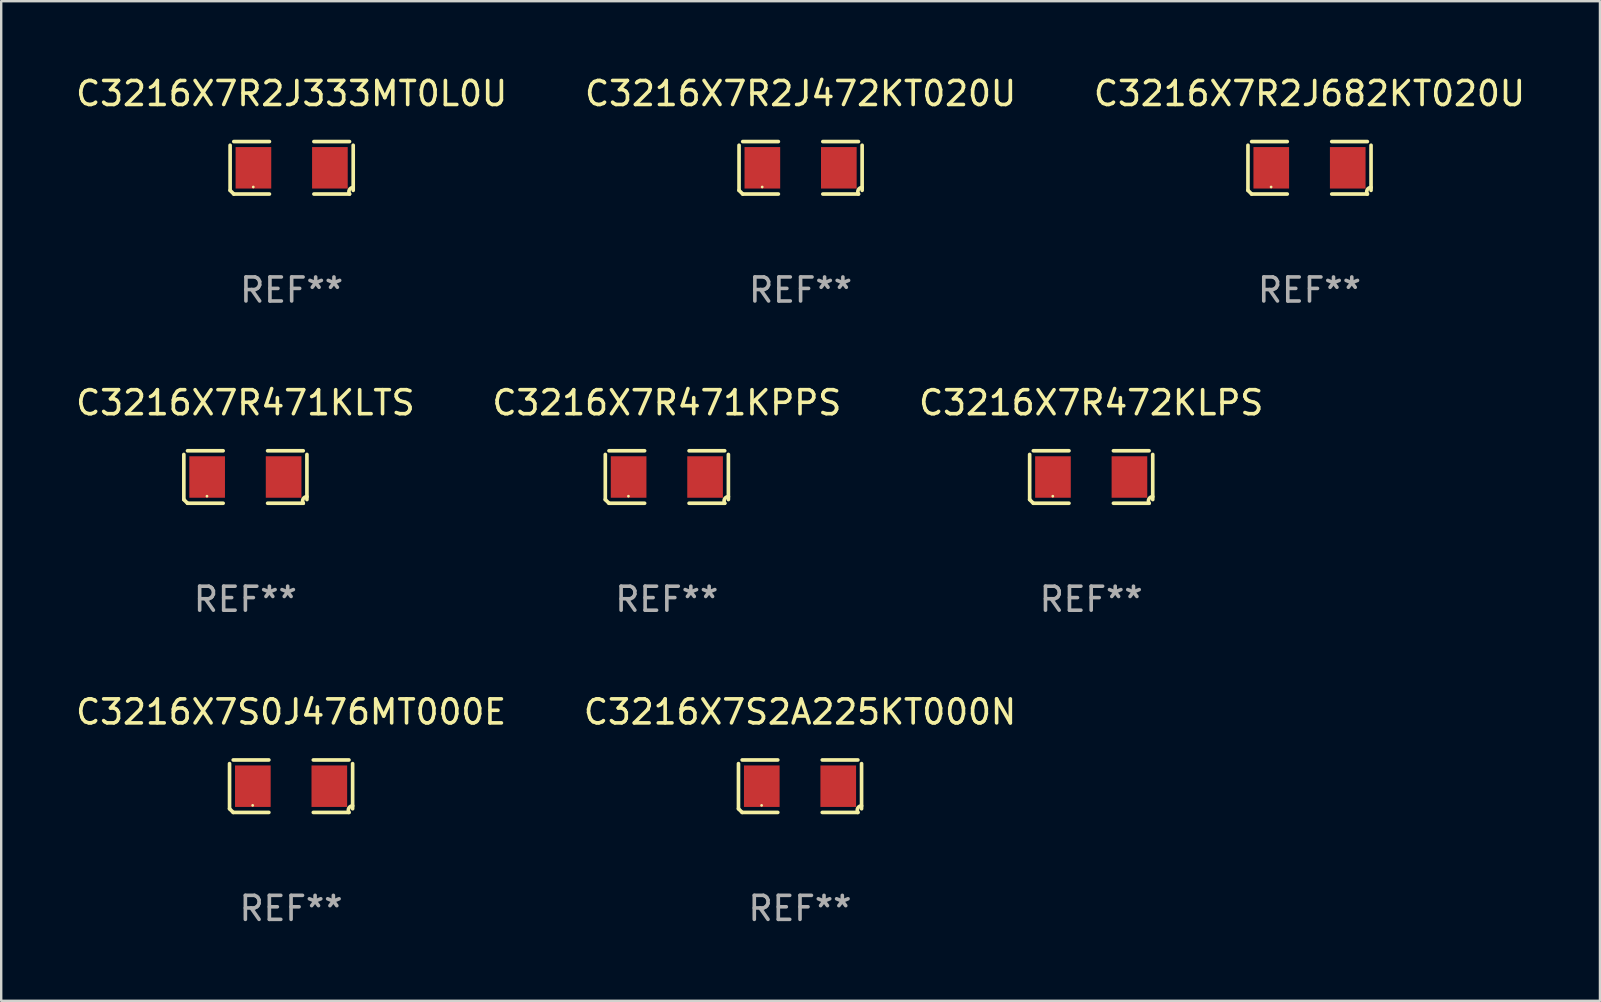
<source format=kicad_pcb>
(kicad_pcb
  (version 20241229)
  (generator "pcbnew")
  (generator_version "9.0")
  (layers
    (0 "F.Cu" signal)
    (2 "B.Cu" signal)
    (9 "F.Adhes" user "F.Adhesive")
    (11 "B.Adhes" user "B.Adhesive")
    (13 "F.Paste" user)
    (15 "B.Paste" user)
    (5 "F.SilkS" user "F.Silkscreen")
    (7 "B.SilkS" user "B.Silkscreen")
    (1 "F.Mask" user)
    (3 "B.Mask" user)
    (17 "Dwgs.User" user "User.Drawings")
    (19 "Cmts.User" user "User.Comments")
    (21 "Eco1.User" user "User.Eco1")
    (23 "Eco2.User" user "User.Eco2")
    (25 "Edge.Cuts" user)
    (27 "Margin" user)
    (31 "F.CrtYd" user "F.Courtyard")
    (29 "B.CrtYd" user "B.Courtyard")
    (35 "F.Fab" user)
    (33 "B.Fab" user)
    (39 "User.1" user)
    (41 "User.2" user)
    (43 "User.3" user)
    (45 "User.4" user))
  (footprint "C3216X7R471KPPS"
    (layer "F.Cu")
    (at 24.732 16.823)
    (property "Reference" "C3216X7R471KPPS" (at 0 -3.093 0) (layer "F.SilkS") (effects (font (size 1 1) (thickness 0.15))))
    (attr through_hole)
    (fp_line (start -2.564 0.94) (end -2.564 -0.94) (stroke (width 0.152) (type solid)) (layer "F.SilkS"))
    (fp_line (start -2.411 -1.093) (end -0.926 -1.093) (stroke (width 0.152) (type solid)) (layer "F.SilkS"))
    (fp_line (start -0.926 1.093) (end -2.411 1.093) (stroke (width 0.152) (type solid)) (layer "F.SilkS"))
    (fp_line (start 0.926 1.093) (end 2.411 1.093) (stroke (width 0.152) (type solid)) (layer "F.SilkS"))
    (fp_line (start 2.411 -1.093) (end 0.926 -1.093) (stroke (width 0.152) (type solid)) (layer "F.SilkS"))
    (fp_line (start 2.564 0.94) (end 2.564 -0.94) (stroke (width 0.152) (type solid)) (layer "F.SilkS"))
    (fp_arc (start -2.411201 1.092609) (mid -2.487413 1.01642) (end -2.563602 0.940208) (stroke (width 0.1524) (type solid)) (layer "F.SilkS"))
    (fp_arc (start 2.411201 1.092609) (mid 2.407159 0.911226) (end 2.563602 0.819347) (stroke (width 0.1524) (type solid)) (layer "F.SilkS"))
    (fp_circle (center -1.6 0.8) (end -1.57 0.8) (stroke (width 0.06) (type solid)) (fill no) (layer "F.SilkS"))
    (fp_text user "REF**" (at 0 5.093 0) (layer "F.Fab") (effects (font (size 1 1) (thickness 0.15))))
    (pad "1" smd rect (at -1.593 0) (size 1.485 1.728) (layers "F.Cu" "F.Mask" "F.Paste"))
    (pad "2" smd rect (at 1.593 0) (size 1.485 1.728) (layers "F.Cu" "F.Mask" "F.Paste")))
  (footprint "C3216X7R2J682KT020U"
    (layer "F.Cu")
    (at 51.506 3.941)
    (property "Reference" "C3216X7R2J682KT020U" (at 0 -3.093 0) (layer "F.SilkS") (effects (font (size 1 1) (thickness 0.15))))
    (attr through_hole)
    (fp_line (start -2.564 0.94) (end -2.564 -0.94) (stroke (width 0.152) (type solid)) (layer "F.SilkS"))
    (fp_line (start -2.411 -1.093) (end -0.926 -1.093) (stroke (width 0.152) (type solid)) (layer "F.SilkS"))
    (fp_line (start -0.926 1.093) (end -2.411 1.093) (stroke (width 0.152) (type solid)) (layer "F.SilkS"))
    (fp_line (start 0.926 1.093) (end 2.411 1.093) (stroke (width 0.152) (type solid)) (layer "F.SilkS"))
    (fp_line (start 2.411 -1.093) (end 0.926 -1.093) (stroke (width 0.152) (type solid)) (layer "F.SilkS"))
    (fp_line (start 2.564 0.94) (end 2.564 -0.94) (stroke (width 0.152) (type solid)) (layer "F.SilkS"))
    (fp_arc (start -2.411201 1.092609) (mid -2.487413 1.01642) (end -2.563602 0.940208) (stroke (width 0.1524) (type solid)) (layer "F.SilkS"))
    (fp_arc (start 2.411201 1.092609) (mid 2.407159 0.911226) (end 2.563602 0.819347) (stroke (width 0.1524) (type solid)) (layer "F.SilkS"))
    (fp_circle (center -1.6 0.8) (end -1.57 0.8) (stroke (width 0.06) (type solid)) (fill no) (layer "F.SilkS"))
    (fp_text user "REF**" (at 0 5.093 0) (layer "F.Fab") (effects (font (size 1 1) (thickness 0.15))))
    (pad "1" smd rect (at -1.593 0) (size 1.485 1.728) (layers "F.Cu" "F.Mask" "F.Paste"))
    (pad "2" smd rect (at 1.593 0) (size 1.485 1.728) (layers "F.Cu" "F.Mask" "F.Paste")))
  (footprint "C3216X7S2A225KT000N"
    (layer "F.Cu")
    (at 30.28 29.704)
    (property "Reference" "C3216X7S2A225KT000N" (at 0 -3.093 0) (layer "F.SilkS") (effects (font (size 1 1) (thickness 0.15))))
    (attr through_hole)
    (fp_line (start -2.564 0.94) (end -2.564 -0.94) (stroke (width 0.152) (type solid)) (layer "F.SilkS"))
    (fp_line (start -2.411 -1.093) (end -0.926 -1.093) (stroke (width 0.152) (type solid)) (layer "F.SilkS"))
    (fp_line (start -0.926 1.093) (end -2.411 1.093) (stroke (width 0.152) (type solid)) (layer "F.SilkS"))
    (fp_line (start 0.926 1.093) (end 2.411 1.093) (stroke (width 0.152) (type solid)) (layer "F.SilkS"))
    (fp_line (start 2.411 -1.093) (end 0.926 -1.093) (stroke (width 0.152) (type solid)) (layer "F.SilkS"))
    (fp_line (start 2.564 0.94) (end 2.564 -0.94) (stroke (width 0.152) (type solid)) (layer "F.SilkS"))
    (fp_arc (start -2.411201 1.092609) (mid -2.487413 1.01642) (end -2.563602 0.940208) (stroke (width 0.1524) (type solid)) (layer "F.SilkS"))
    (fp_arc (start 2.411201 1.092609) (mid 2.407159 0.911226) (end 2.563602 0.819347) (stroke (width 0.1524) (type solid)) (layer "F.SilkS"))
    (fp_circle (center -1.6 0.8) (end -1.57 0.8) (stroke (width 0.06) (type solid)) (fill no) (layer "F.SilkS"))
    (fp_text user "REF**" (at 0 5.093 0) (layer "F.Fab") (effects (font (size 1 1) (thickness 0.15))))
    (pad "1" smd rect (at -1.593 0) (size 1.485 1.728) (layers "F.Cu" "F.Mask" "F.Paste"))
    (pad "2" smd rect (at 1.593 0) (size 1.485 1.728) (layers "F.Cu" "F.Mask" "F.Paste")))
  (footprint "C3216X7S0J476MT000E"
    (layer "F.Cu")
    (at 9.077 29.704)
    (property "Reference" "C3216X7S0J476MT000E" (at 0 -3.093 0) (layer "F.SilkS") (effects (font (size 1 1) (thickness 0.15))))
    (attr through_hole)
    (fp_line (start -2.564 0.94) (end -2.564 -0.94) (stroke (width 0.152) (type solid)) (layer "F.SilkS"))
    (fp_line (start -2.411 -1.093) (end -0.926 -1.093) (stroke (width 0.152) (type solid)) (layer "F.SilkS"))
    (fp_line (start -0.926 1.093) (end -2.411 1.093) (stroke (width 0.152) (type solid)) (layer "F.SilkS"))
    (fp_line (start 0.926 1.093) (end 2.411 1.093) (stroke (width 0.152) (type solid)) (layer "F.SilkS"))
    (fp_line (start 2.411 -1.093) (end 0.926 -1.093) (stroke (width 0.152) (type solid)) (layer "F.SilkS"))
    (fp_line (start 2.564 0.94) (end 2.564 -0.94) (stroke (width 0.152) (type solid)) (layer "F.SilkS"))
    (fp_arc (start -2.411201 1.092609) (mid -2.487413 1.01642) (end -2.563602 0.940208) (stroke (width 0.1524) (type solid)) (layer "F.SilkS"))
    (fp_arc (start 2.411201 1.092609) (mid 2.407159 0.911226) (end 2.563602 0.819347) (stroke (width 0.1524) (type solid)) (layer "F.SilkS"))
    (fp_circle (center -1.6 0.8) (end -1.57 0.8) (stroke (width 0.06) (type solid)) (fill no) (layer "F.SilkS"))
    (fp_text user "REF**" (at 0 5.093 0) (layer "F.Fab") (effects (font (size 1 1) (thickness 0.15))))
    (pad "1" smd rect (at -1.593 0) (size 1.485 1.728) (layers "F.Cu" "F.Mask" "F.Paste"))
    (pad "2" smd rect (at 1.593 0) (size 1.485 1.728) (layers "F.Cu" "F.Mask" "F.Paste")))
  (footprint "C3216X7R471KLTS"
    (layer "F.Cu")
    (at 7.173 16.823)
    (property "Reference" "C3216X7R471KLTS" (at 0 -3.093 0) (layer "F.SilkS") (effects (font (size 1 1) (thickness 0.15))))
    (attr through_hole)
    (fp_line (start -2.564 0.94) (end -2.564 -0.94) (stroke (width 0.152) (type solid)) (layer "F.SilkS"))
    (fp_line (start -2.411 -1.093) (end -0.926 -1.093) (stroke (width 0.152) (type solid)) (layer "F.SilkS"))
    (fp_line (start -0.926 1.093) (end -2.411 1.093) (stroke (width 0.152) (type solid)) (layer "F.SilkS"))
    (fp_line (start 0.926 1.093) (end 2.411 1.093) (stroke (width 0.152) (type solid)) (layer "F.SilkS"))
    (fp_line (start 2.411 -1.093) (end 0.926 -1.093) (stroke (width 0.152) (type solid)) (layer "F.SilkS"))
    (fp_line (start 2.564 0.94) (end 2.564 -0.94) (stroke (width 0.152) (type solid)) (layer "F.SilkS"))
    (fp_arc (start -2.411201 1.092609) (mid -2.487413 1.01642) (end -2.563602 0.940208) (stroke (width 0.1524) (type solid)) (layer "F.SilkS"))
    (fp_arc (start 2.411201 1.092609) (mid 2.407159 0.911226) (end 2.563602 0.819347) (stroke (width 0.1524) (type solid)) (layer "F.SilkS"))
    (fp_circle (center -1.6 0.8) (end -1.57 0.8) (stroke (width 0.06) (type solid)) (fill no) (layer "F.SilkS"))
    (fp_text user "REF**" (at 0 5.093 0) (layer "F.Fab") (effects (font (size 1 1) (thickness 0.15))))
    (pad "1" smd rect (at -1.593 0) (size 1.485 1.728) (layers "F.Cu" "F.Mask" "F.Paste"))
    (pad "2" smd rect (at 1.593 0) (size 1.485 1.728) (layers "F.Cu" "F.Mask" "F.Paste")))
  (footprint "C3216X7R2J472KT020U"
    (layer "F.Cu")
    (at 30.304 3.941)
    (property "Reference" "C3216X7R2J472KT020U" (at 0 -3.093 0) (layer "F.SilkS") (effects (font (size 1 1) (thickness 0.15))))
    (attr through_hole)
    (fp_line (start -2.564 0.94) (end -2.564 -0.94) (stroke (width 0.152) (type solid)) (layer "F.SilkS"))
    (fp_line (start -2.411 -1.093) (end -0.926 -1.093) (stroke (width 0.152) (type solid)) (layer "F.SilkS"))
    (fp_line (start -0.926 1.093) (end -2.411 1.093) (stroke (width 0.152) (type solid)) (layer "F.SilkS"))
    (fp_line (start 0.926 1.093) (end 2.411 1.093) (stroke (width 0.152) (type solid)) (layer "F.SilkS"))
    (fp_line (start 2.411 -1.093) (end 0.926 -1.093) (stroke (width 0.152) (type solid)) (layer "F.SilkS"))
    (fp_line (start 2.564 0.94) (end 2.564 -0.94) (stroke (width 0.152) (type solid)) (layer "F.SilkS"))
    (fp_arc (start -2.411201 1.092609) (mid -2.487413 1.01642) (end -2.563602 0.940208) (stroke (width 0.1524) (type solid)) (layer "F.SilkS"))
    (fp_arc (start 2.411201 1.092609) (mid 2.407159 0.911226) (end 2.563602 0.819347) (stroke (width 0.1524) (type solid)) (layer "F.SilkS"))
    (fp_circle (center -1.6 0.8) (end -1.57 0.8) (stroke (width 0.06) (type solid)) (fill no) (layer "F.SilkS"))
    (fp_text user "REF**" (at 0 5.093 0) (layer "F.Fab") (effects (font (size 1 1) (thickness 0.15))))
    (pad "1" smd rect (at -1.593 0) (size 1.485 1.728) (layers "F.Cu" "F.Mask" "F.Paste"))
    (pad "2" smd rect (at 1.593 0) (size 1.485 1.728) (layers "F.Cu" "F.Mask" "F.Paste")))
  (footprint "C3216X7R472KLPS"
    (layer "F.Cu")
    (at 42.411 16.823)
    (property "Reference" "C3216X7R472KLPS" (at 0 -3.093 0) (layer "F.SilkS") (effects (font (size 1 1) (thickness 0.15))))
    (attr through_hole)
    (fp_line (start -2.564 0.94) (end -2.564 -0.94) (stroke (width 0.152) (type solid)) (layer "F.SilkS"))
    (fp_line (start -2.411 -1.093) (end -0.926 -1.093) (stroke (width 0.152) (type solid)) (layer "F.SilkS"))
    (fp_line (start -0.926 1.093) (end -2.411 1.093) (stroke (width 0.152) (type solid)) (layer "F.SilkS"))
    (fp_line (start 0.926 1.093) (end 2.411 1.093) (stroke (width 0.152) (type solid)) (layer "F.SilkS"))
    (fp_line (start 2.411 -1.093) (end 0.926 -1.093) (stroke (width 0.152) (type solid)) (layer "F.SilkS"))
    (fp_line (start 2.564 0.94) (end 2.564 -0.94) (stroke (width 0.152) (type solid)) (layer "F.SilkS"))
    (fp_arc (start -2.411201 1.092609) (mid -2.487413 1.01642) (end -2.563602 0.940208) (stroke (width 0.1524) (type solid)) (layer "F.SilkS"))
    (fp_arc (start 2.411201 1.092609) (mid 2.407159 0.911226) (end 2.563602 0.819347) (stroke (width 0.1524) (type solid)) (layer "F.SilkS"))
    (fp_circle (center -1.6 0.8) (end -1.57 0.8) (stroke (width 0.06) (type solid)) (fill no) (layer "F.SilkS"))
    (fp_text user "REF**" (at 0 5.093 0) (layer "F.Fab") (effects (font (size 1 1) (thickness 0.15))))
    (pad "1" smd rect (at -1.593 0) (size 1.485 1.728) (layers "F.Cu" "F.Mask" "F.Paste"))
    (pad "2" smd rect (at 1.593 0) (size 1.485 1.728) (layers "F.Cu" "F.Mask" "F.Paste")))
  (footprint "C3216X7R2J333MT0L0U"
    (layer "F.Cu")
    (at 9.101 3.941)
    (property "Reference" "C3216X7R2J333MT0L0U" (at 0 -3.093 0) (layer "F.SilkS") (effects (font (size 1 1) (thickness 0.15))))
    (attr through_hole)
    (fp_line (start -2.564 0.94) (end -2.564 -0.94) (stroke (width 0.152) (type solid)) (layer "F.SilkS"))
    (fp_line (start -2.411 -1.093) (end -0.926 -1.093) (stroke (width 0.152) (type solid)) (layer "F.SilkS"))
    (fp_line (start -0.926 1.093) (end -2.411 1.093) (stroke (width 0.152) (type solid)) (layer "F.SilkS"))
    (fp_line (start 0.926 1.093) (end 2.411 1.093) (stroke (width 0.152) (type solid)) (layer "F.SilkS"))
    (fp_line (start 2.411 -1.093) (end 0.926 -1.093) (stroke (width 0.152) (type solid)) (layer "F.SilkS"))
    (fp_line (start 2.564 0.94) (end 2.564 -0.94) (stroke (width 0.152) (type solid)) (layer "F.SilkS"))
    (fp_arc (start -2.411201 1.092609) (mid -2.487413 1.01642) (end -2.563602 0.940208) (stroke (width 0.1524) (type solid)) (layer "F.SilkS"))
    (fp_arc (start 2.411201 1.092609) (mid 2.407159 0.911226) (end 2.563602 0.819347) (stroke (width 0.1524) (type solid)) (layer "F.SilkS"))
    (fp_circle (center -1.6 0.8) (end -1.57 0.8) (stroke (width 0.06) (type solid)) (fill no) (layer "F.SilkS"))
    (fp_text user "REF**" (at 0 5.093 0) (layer "F.Fab") (effects (font (size 1 1) (thickness 0.15))))
    (pad "1" smd rect (at -1.593 0) (size 1.485 1.728) (layers "F.Cu" "F.Mask" "F.Paste"))
    (pad "2" smd rect (at 1.593 0) (size 1.485 1.728) (layers "F.Cu" "F.Mask" "F.Paste")))
  (gr_rect
    (start -3 -3)
    (end 63.607 38.645)
    (stroke (width 0.1) (type default))
    (fill no)
    (layer "Edge.Cuts")))
</source>
